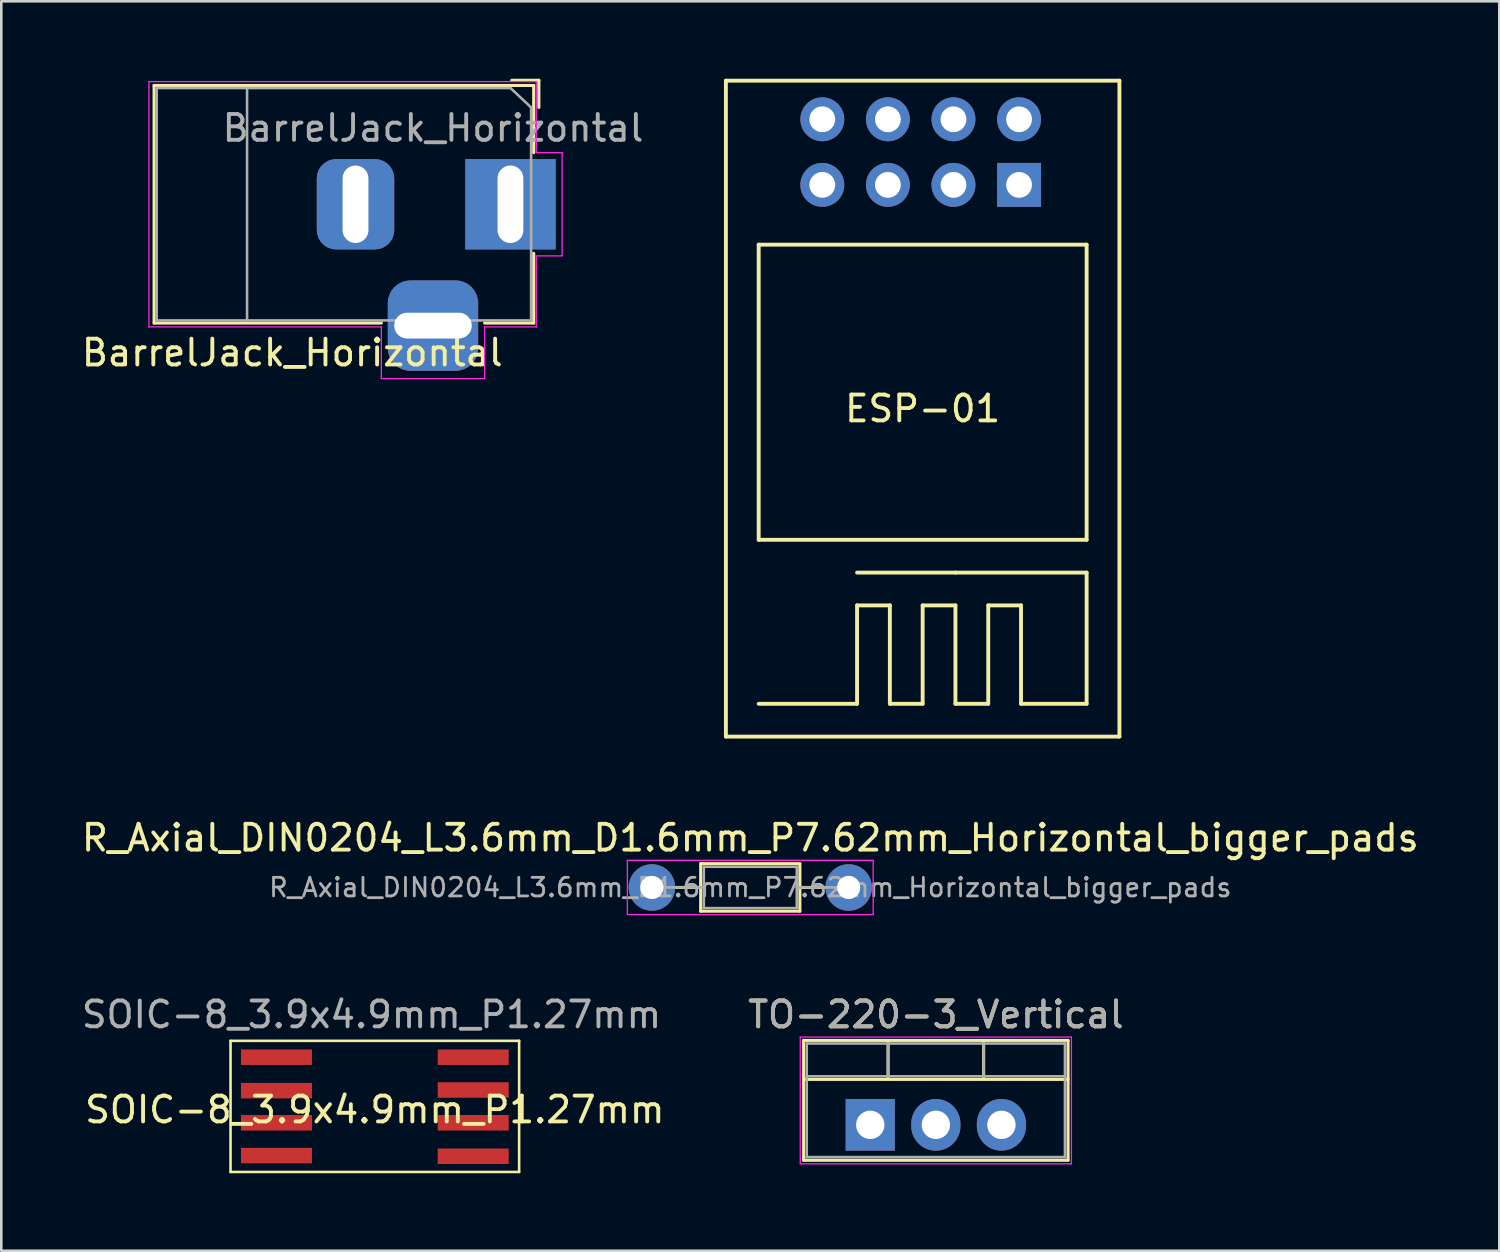
<source format=kicad_pcb>
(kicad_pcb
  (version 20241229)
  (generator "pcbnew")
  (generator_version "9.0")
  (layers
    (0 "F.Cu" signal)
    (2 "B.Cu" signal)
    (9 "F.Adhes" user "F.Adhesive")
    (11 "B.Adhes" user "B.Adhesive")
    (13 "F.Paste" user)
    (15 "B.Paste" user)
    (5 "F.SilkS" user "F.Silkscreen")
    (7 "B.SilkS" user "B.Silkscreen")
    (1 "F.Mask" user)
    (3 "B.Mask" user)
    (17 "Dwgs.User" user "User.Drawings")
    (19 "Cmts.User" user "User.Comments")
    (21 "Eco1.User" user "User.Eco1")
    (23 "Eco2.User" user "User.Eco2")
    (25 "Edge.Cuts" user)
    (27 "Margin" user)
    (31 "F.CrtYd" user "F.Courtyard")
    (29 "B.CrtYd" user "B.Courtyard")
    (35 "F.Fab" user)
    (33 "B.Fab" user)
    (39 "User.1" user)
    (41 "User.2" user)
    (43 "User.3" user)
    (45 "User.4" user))
  (footprint "SOIC-8_3.9x4.9mm_P1.27mm"
    (layer "F.Cu")
    (at 11.466 39.797)
    (property "Reference" "SOIC-8_3.9x4.9mm_P1.27mm" (at 0 0.127 0) (layer "F.SilkS") (effects (font (size 1 1) (thickness 0.15))))
    (attr smd)
    (fp_line (start -5.588 -2.54) (end -5.588 2.54) (stroke (width 0.1) (type solid)) (layer "F.SilkS"))
    (fp_line (start -5.588 -2.54) (end 5.588 -2.54) (stroke (width 0.1) (type solid)) (layer "F.SilkS"))
    (fp_line (start 5.588 -2.54) (end 5.588 2.54) (stroke (width 0.1) (type solid)) (layer "F.SilkS"))
    (fp_line (start 5.588 2.54) (end -5.588 2.54) (stroke (width 0.1) (type solid)) (layer "F.SilkS"))
    (fp_text user "${REFERENCE}" (at -0.127 -3.556 0) (layer "F.Fab") (effects (font (size 1 1) (thickness 0.15))))
    (pad "1" smd rect (at -3.81 -1.905) (size 2.75 0.6) (layers "F.Cu" "F.Mask" "F.Paste"))
    (pad "2" smd rect (at -3.81 -0.61) (size 2.75 0.6) (layers "F.Cu" "F.Mask" "F.Paste"))
    (pad "3" smd rect (at -3.81 0.635) (size 2.75 0.6) (layers "F.Cu" "F.Mask" "F.Paste"))
    (pad "4" smd rect (at -3.81 1.905) (size 2.75 0.6) (layers "F.Cu" "F.Mask" "F.Paste"))
    (pad "5" smd rect (at 3.81 1.93) (size 2.75 0.6) (layers "F.Cu" "F.Mask" "F.Paste"))
    (pad "6" smd rect (at 3.81 0.635) (size 2.75 0.6) (layers "F.Cu" "F.Mask" "F.Paste"))
    (pad "7" smd rect (at 3.81 -0.635) (size 2.75 0.6) (layers "F.Cu" "F.Mask" "F.Paste"))
    (pad "8" smd rect (at 3.81 -1.905) (size 2.75 0.6) (layers "F.Cu" "F.Mask" "F.Paste")))
  (footprint "R_Axial_DIN0204_L3.6mm_D1.6mm_P7.62mm_Horizontal_bigger_pads"
    (layer "F.Cu")
    (at 22.196 31.318)
    (property "Reference" "R_Axial_DIN0204_L3.6mm_D1.6mm_P7.62mm_Horizontal_bigger_pads" (at 3.81 -1.92 0) (layer "F.SilkS") (effects (font (size 1 1) (thickness 0.15))))
    (attr through_hole)
    (fp_line (start 0.94 0) (end 1.89 0) (stroke (width 0.12) (type solid)) (layer "F.SilkS"))
    (fp_line (start 1.89 -0.92) (end 1.89 0.92) (stroke (width 0.12) (type solid)) (layer "F.SilkS"))
    (fp_line (start 1.89 0.92) (end 5.73 0.92) (stroke (width 0.12) (type solid)) (layer "F.SilkS"))
    (fp_line (start 5.73 -0.92) (end 1.89 -0.92) (stroke (width 0.12) (type solid)) (layer "F.SilkS"))
    (fp_line (start 5.73 0.92) (end 5.73 -0.92) (stroke (width 0.12) (type solid)) (layer "F.SilkS"))
    (fp_line (start 6.68 0) (end 5.73 0) (stroke (width 0.12) (type solid)) (layer "F.SilkS"))
    (fp_line (start -0.95 -1.05) (end -0.95 1.05) (stroke (width 0.05) (type solid)) (layer "F.CrtYd"))
    (fp_line (start -0.95 1.05) (end 8.57 1.05) (stroke (width 0.05) (type solid)) (layer "F.CrtYd"))
    (fp_line (start 8.57 -1.05) (end -0.95 -1.05) (stroke (width 0.05) (type solid)) (layer "F.CrtYd"))
    (fp_line (start 8.57 1.05) (end 8.57 -1.05) (stroke (width 0.05) (type solid)) (layer "F.CrtYd"))
    (fp_line (start 0 0) (end 2.01 0) (stroke (width 0.1) (type solid)) (layer "F.Fab"))
    (fp_line (start 2.01 -0.8) (end 2.01 0.8) (stroke (width 0.1) (type solid)) (layer "F.Fab"))
    (fp_line (start 2.01 0.8) (end 5.61 0.8) (stroke (width 0.1) (type solid)) (layer "F.Fab"))
    (fp_line (start 5.61 -0.8) (end 2.01 -0.8) (stroke (width 0.1) (type solid)) (layer "F.Fab"))
    (fp_line (start 5.61 0.8) (end 5.61 -0.8) (stroke (width 0.1) (type solid)) (layer "F.Fab"))
    (fp_line (start 7.62 0) (end 5.61 0) (stroke (width 0.1) (type solid)) (layer "F.Fab"))
    (fp_text user "${REFERENCE}" (at 3.81 0 0) (layer "F.Fab") (effects (font (size 0.72 0.72) (thickness 0.108))))
    (pad "1" thru_hole circle (at 0 0) (size 1.8 1.8) (drill 0.9) (layers "*.Cu" "*.Mask"))
    (pad "2" thru_hole oval (at 7.62 0) (size 1.8 1.8) (drill 0.9) (layers "*.Cu" "*.Mask")))
  (footprint "BarrelJack_Horizontal"
    (layer "F.Cu")
    (at 16.718 4.86)
    (property "Reference" "BarrelJack_Horizontal" (at -8.45 5.75 0) (layer "F.SilkS") (effects (font (size 1 1) (thickness 0.15))))
    (attr through_hole)
    (fp_line (start -13.8 -4.6) (end 0.9 -4.6) (stroke (width 0.12) (type solid)) (layer "F.SilkS"))
    (fp_line (start -13.8 4.6) (end -13.8 -4.6) (stroke (width 0.12) (type solid)) (layer "F.SilkS"))
    (fp_line (start -5 4.6) (end -13.8 4.6) (stroke (width 0.12) (type solid)) (layer "F.SilkS"))
    (fp_line (start 0.05 -4.8) (end 1.1 -4.8) (stroke (width 0.12) (type solid)) (layer "F.SilkS"))
    (fp_line (start 0.9 -4.6) (end 0.9 -2) (stroke (width 0.12) (type solid)) (layer "F.SilkS"))
    (fp_line (start 0.9 1.9) (end 0.9 4.6) (stroke (width 0.12) (type solid)) (layer "F.SilkS"))
    (fp_line (start 0.9 4.6) (end -1 4.6) (stroke (width 0.12) (type solid)) (layer "F.SilkS"))
    (fp_line (start 1.1 -3.75) (end 1.1 -4.8) (stroke (width 0.12) (type solid)) (layer "F.SilkS"))
    (fp_line (start -14 4.75) (end -14 -4.75) (stroke (width 0.05) (type solid)) (layer "F.CrtYd"))
    (fp_line (start -5 4.75) (end -14 4.75) (stroke (width 0.05) (type solid)) (layer "F.CrtYd"))
    (fp_line (start -5 6.75) (end -5 4.75) (stroke (width 0.05) (type solid)) (layer "F.CrtYd"))
    (fp_line (start -1 4.75) (end -1 6.75) (stroke (width 0.05) (type solid)) (layer "F.CrtYd"))
    (fp_line (start -1 6.75) (end -5 6.75) (stroke (width 0.05) (type solid)) (layer "F.CrtYd"))
    (fp_line (start 1 -4.75) (end -14 -4.75) (stroke (width 0.05) (type solid)) (layer "F.CrtYd"))
    (fp_line (start 1 -4.5) (end 1 -4.75) (stroke (width 0.05) (type solid)) (layer "F.CrtYd"))
    (fp_line (start 1 -4.5) (end 1 -2) (stroke (width 0.05) (type solid)) (layer "F.CrtYd"))
    (fp_line (start 1 -2) (end 2 -2) (stroke (width 0.05) (type solid)) (layer "F.CrtYd"))
    (fp_line (start 1 2) (end 1 4.75) (stroke (width 0.05) (type solid)) (layer "F.CrtYd"))
    (fp_line (start 1 4.75) (end -1 4.75) (stroke (width 0.05) (type solid)) (layer "F.CrtYd"))
    (fp_line (start 2 -2) (end 2 2) (stroke (width 0.05) (type solid)) (layer "F.CrtYd"))
    (fp_line (start 2 2) (end 1 2) (stroke (width 0.05) (type solid)) (layer "F.CrtYd"))
    (fp_line (start -13.7 -4.5) (end -13.7 4.5) (stroke (width 0.1) (type solid)) (layer "F.Fab"))
    (fp_line (start -13.7 4.5) (end 0.8 4.5) (stroke (width 0.1) (type solid)) (layer "F.Fab"))
    (fp_line (start -10.2 -4.5) (end -10.2 4.5) (stroke (width 0.1) (type solid)) (layer "F.Fab"))
    (fp_line (start -0.003 -4.505) (end 0.8 -3.75) (stroke (width 0.1) (type solid)) (layer "F.Fab"))
    (fp_line (start 0 -4.5) (end -13.7 -4.5) (stroke (width 0.1) (type solid)) (layer "F.Fab"))
    (fp_line (start 0.8 4.5) (end 0.8 -3.75) (stroke (width 0.1) (type solid)) (layer "F.Fab"))
    (fp_text user "${REFERENCE}" (at -3 -2.95 0) (layer "F.Fab") (effects (font (size 1 1) (thickness 0.15))))
    (pad "1" thru_hole rect (at 0 0) (size 3.5 3.5) (drill oval 1 3) (layers "*.Cu" "*.Mask"))
    (pad "2" thru_hole roundrect (at -6 0) (size 3 3.5) (drill oval 1 3) (layers "*.Cu" "*.Mask") (roundrect_rratio 0.25))
    (pad "MP" thru_hole roundrect (at -3 4.7) (size 3.5 3.5) (drill oval 3 1) (layers "*.Cu" "*.Mask") (roundrect_rratio 0.25)))
  (footprint "ESP-01"
    (layer "F.Cu")
    (at 32.681 2.615)
    (property "Reference" "ESP-01" (at 0 10.16 0) (layer "F.SilkS") (effects (font (size 1 1) (thickness 0.15))))
    (attr through_hole)
    (fp_line (start -7.62 -2.54) (end -7.62 22.86) (stroke (width 0.15) (type solid)) (layer "F.SilkS"))
    (fp_line (start -7.62 -2.54) (end 7.62 -2.54) (stroke (width 0.15) (type solid)) (layer "F.SilkS"))
    (fp_line (start -7.62 22.86) (end 7.62 22.86) (stroke (width 0.15) (type solid)) (layer "F.SilkS"))
    (fp_line (start -6.35 3.81) (end -6.35 15.24) (stroke (width 0.15) (type solid)) (layer "F.SilkS"))
    (fp_line (start -6.35 15.24) (end 6.35 15.24) (stroke (width 0.15) (type solid)) (layer "F.SilkS"))
    (fp_line (start -2.54 17.78) (end -2.54 21.59) (stroke (width 0.15) (type solid)) (layer "F.SilkS"))
    (fp_line (start -2.54 21.59) (end -6.35 21.59) (stroke (width 0.15) (type solid)) (layer "F.SilkS"))
    (fp_line (start -1.27 17.78) (end -2.54 17.78) (stroke (width 0.15) (type solid)) (layer "F.SilkS"))
    (fp_line (start -1.27 21.59) (end -1.27 17.78) (stroke (width 0.15) (type solid)) (layer "F.SilkS"))
    (fp_line (start 0 17.78) (end 0 21.59) (stroke (width 0.15) (type solid)) (layer "F.SilkS"))
    (fp_line (start 0 21.59) (end -1.27 21.59) (stroke (width 0.15) (type solid)) (layer "F.SilkS"))
    (fp_line (start 1.27 16.51) (end -2.54 16.51) (stroke (width 0.15) (type solid)) (layer "F.SilkS"))
    (fp_line (start 1.27 16.51) (end 6.35 16.51) (stroke (width 0.15) (type solid)) (layer "F.SilkS"))
    (fp_line (start 1.27 17.78) (end 0 17.78) (stroke (width 0.15) (type solid)) (layer "F.SilkS"))
    (fp_line (start 1.27 21.59) (end 1.27 17.78) (stroke (width 0.15) (type solid)) (layer "F.SilkS"))
    (fp_line (start 2.54 17.78) (end 2.54 21.59) (stroke (width 0.15) (type solid)) (layer "F.SilkS"))
    (fp_line (start 2.54 21.59) (end 1.27 21.59) (stroke (width 0.15) (type solid)) (layer "F.SilkS"))
    (fp_line (start 3.81 17.78) (end 2.54 17.78) (stroke (width 0.15) (type solid)) (layer "F.SilkS"))
    (fp_line (start 3.81 21.59) (end 3.81 17.78) (stroke (width 0.15) (type solid)) (layer "F.SilkS"))
    (fp_line (start 6.35 3.81) (end -6.35 3.81) (stroke (width 0.15) (type solid)) (layer "F.SilkS"))
    (fp_line (start 6.35 15.24) (end 6.35 3.81) (stroke (width 0.15) (type solid)) (layer "F.SilkS"))
    (fp_line (start 6.35 16.51) (end 6.35 21.59) (stroke (width 0.15) (type solid)) (layer "F.SilkS"))
    (fp_line (start 6.35 21.59) (end 3.81 21.59) (stroke (width 0.15) (type solid)) (layer "F.SilkS"))
    (fp_line (start 7.62 -2.54) (end 7.62 22.86) (stroke (width 0.15) (type solid)) (layer "F.SilkS"))
    (pad "1" thru_hole rect (at 3.734 1.495 90) (size 1.7 1.7) (drill 1) (layers "*.Cu" "*.Mask"))
    (pad "2" thru_hole oval (at 1.194 1.495 90) (size 1.7 1.7) (drill 1) (layers "*.Cu" "*.Mask"))
    (pad "3" thru_hole oval (at -1.346 1.495 90) (size 1.7 1.7) (drill 1) (layers "*.Cu" "*.Mask"))
    (pad "4" thru_hole circle (at -3.886 1.495 90) (size 1.7 1.7) (drill 1) (layers "*.Cu" "*.Mask"))
    (pad "5" thru_hole oval (at -3.886 -1.045 90) (size 1.7 1.7) (drill 1) (layers "*.Cu" "*.Mask"))
    (pad "6" thru_hole oval (at -1.346 -1.045 90) (size 1.7 1.7) (drill 1) (layers "*.Cu" "*.Mask"))
    (pad "7" thru_hole oval (at 1.194 -1.045 90) (size 1.7 1.7) (drill 1) (layers "*.Cu" "*.Mask"))
    (pad "8" thru_hole oval (at 3.734 -1.045 90) (size 1.7 1.7) (drill 1) (layers "*.Cu" "*.Mask")))
  (footprint "TO-220-3_Vertical"
    (layer "F.Cu")
    (at 30.652 40.511)
    (property "Reference" "TO-220-3_Vertical" (at 2.54 -4.27 0) (layer "F.SilkS") (effects (font (size 1 1) (thickness 0.15))))
    (attr through_hole)
    (fp_line (start -2.58 -3.27) (end -2.58 1.371) (stroke (width 0.12) (type solid)) (layer "F.SilkS"))
    (fp_line (start -2.58 -3.27) (end 7.66 -3.27) (stroke (width 0.12) (type solid)) (layer "F.SilkS"))
    (fp_line (start -2.58 -1.76) (end 7.66 -1.76) (stroke (width 0.12) (type solid)) (layer "F.SilkS"))
    (fp_line (start -2.58 1.371) (end 7.66 1.371) (stroke (width 0.12) (type solid)) (layer "F.SilkS"))
    (fp_line (start 0.69 -3.27) (end 0.69 -1.76) (stroke (width 0.12) (type solid)) (layer "F.SilkS"))
    (fp_line (start 4.391 -3.27) (end 4.391 -1.76) (stroke (width 0.12) (type solid)) (layer "F.SilkS"))
    (fp_line (start 7.66 -3.27) (end 7.66 1.371) (stroke (width 0.12) (type solid)) (layer "F.SilkS"))
    (fp_line (start -2.71 -3.4) (end -2.71 1.51) (stroke (width 0.05) (type solid)) (layer "F.CrtYd"))
    (fp_line (start -2.71 1.51) (end 7.79 1.51) (stroke (width 0.05) (type solid)) (layer "F.CrtYd"))
    (fp_line (start 7.79 -3.4) (end -2.71 -3.4) (stroke (width 0.05) (type solid)) (layer "F.CrtYd"))
    (fp_line (start 7.79 1.51) (end 7.79 -3.4) (stroke (width 0.05) (type solid)) (layer "F.CrtYd"))
    (fp_line (start -2.46 -3.15) (end -2.46 1.25) (stroke (width 0.1) (type solid)) (layer "F.Fab"))
    (fp_line (start -2.46 -1.88) (end 7.54 -1.88) (stroke (width 0.1) (type solid)) (layer "F.Fab"))
    (fp_line (start -2.46 1.25) (end 7.54 1.25) (stroke (width 0.1) (type solid)) (layer "F.Fab"))
    (fp_line (start 0.69 -3.15) (end 0.69 -1.88) (stroke (width 0.1) (type solid)) (layer "F.Fab"))
    (fp_line (start 4.39 -3.15) (end 4.39 -1.88) (stroke (width 0.1) (type solid)) (layer "F.Fab"))
    (fp_line (start 7.54 -3.15) (end -2.46 -3.15) (stroke (width 0.1) (type solid)) (layer "F.Fab"))
    (fp_line (start 7.54 1.25) (end 7.54 -3.15) (stroke (width 0.1) (type solid)) (layer "F.Fab"))
    (fp_text user "${REFERENCE}" (at 2.54 -4.27 0) (layer "F.Fab") (effects (font (size 1 1) (thickness 0.15))))
    (pad "1" thru_hole rect (at 0 0) (size 1.905 2) (drill 1.1) (layers "*.Cu" "*.Mask"))
    (pad "2" thru_hole oval (at 5.08 0) (size 1.905 2) (drill 1.1) (layers "*.Cu" "*.Mask"))
    (pad "3" thru_hole oval (at 2.54 0) (size 1.905 2) (drill 1.1) (layers "*.Cu" "*.Mask")))
  (gr_rect
    (start -3 -3)
    (end 55.012 45.388)
    (stroke (width 0.1) (type default))
    (fill no)
    (layer "Edge.Cuts")))
</source>
